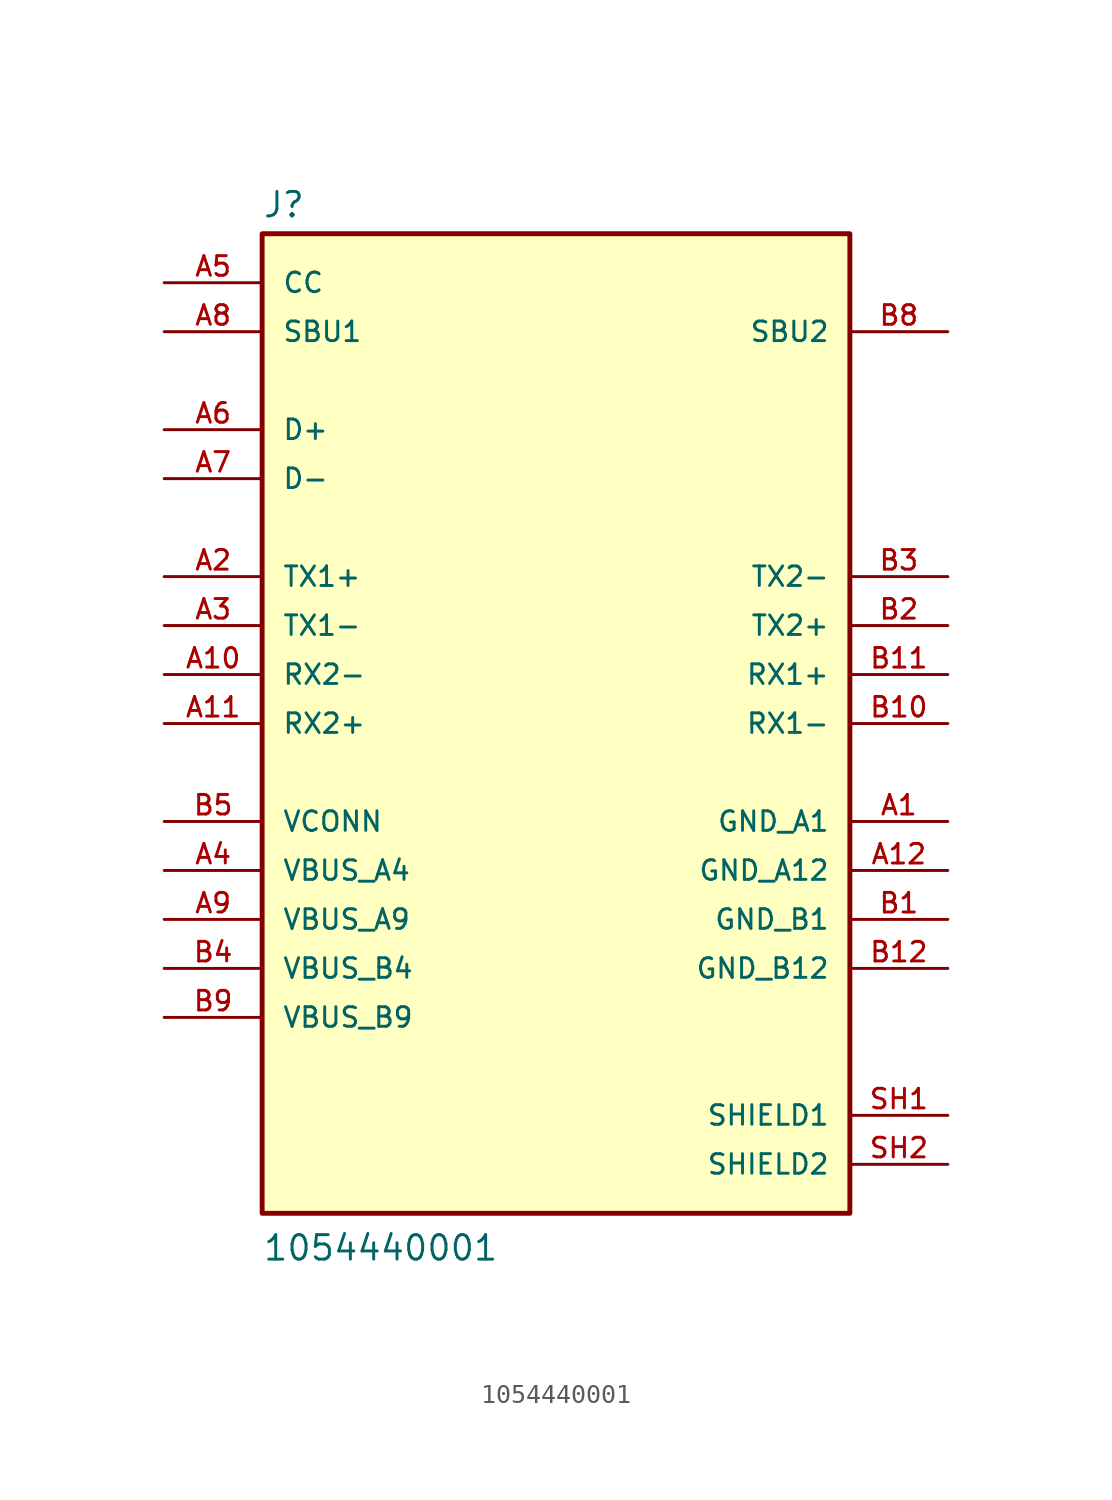
<source format=kicad_sym>
(kicad_symbol_lib
  (version 20231120)
  (generator "kicad_symbol_editor")
  (generator_version "8.0")
  (symbol "1054440001"
    (pin_names
      (offset 1.016))
    (property "Reference" "J"
      (at -15.24 26.162 0)
      (effects (font (size 1.27 1.27)) (justify left bottom)))
    (property "Value" "1054440001"
      (at -15.24 -27.94 0)
      (effects (font (size 1.27 1.27)) (justify left bottom)))
    (symbol "1054440001_0_0"
      (rectangle (start -15.24 -25.4) (end 15.24 25.4) (stroke (width 0.254) (type default)) (fill (type background)))
      (pin bidirectional line (at -20.32 2.54 0) (length 5.08) (name "RX2-" (effects (font (size 1.016 1.016)))) (number "A10" (effects (font (size 1.016 1.016)))))
      (pin bidirectional line (at -20.32 0 0) (length 5.08) (name "RX2+" (effects (font (size 1.016 1.016)))) (number "A11" (effects (font (size 1.016 1.016)))))
      (pin bidirectional line (at -20.32 7.62 0) (length 5.08) (name "TX1+" (effects (font (size 1.016 1.016)))) (number "A2" (effects (font (size 1.016 1.016)))))
      (pin bidirectional line (at -20.32 5.08 0) (length 5.08) (name "TX1-" (effects (font (size 1.016 1.016)))) (number "A3" (effects (font (size 1.016 1.016)))))
      (pin bidirectional line (at -20.32 22.86 0) (length 5.08) (name "CC" (effects (font (size 1.016 1.016)))) (number "A5" (effects (font (size 1.016 1.016)))))
      (pin bidirectional line (at -20.32 15.24 0) (length 5.08) (name "D+" (effects (font (size 1.016 1.016)))) (number "A6" (effects (font (size 1.016 1.016)))))
      (pin bidirectional line (at -20.32 12.7 0) (length 5.08) (name "D-" (effects (font (size 1.016 1.016)))) (number "A7" (effects (font (size 1.016 1.016)))))
      (pin bidirectional line (at -20.32 20.32 0) (length 5.08) (name "SBU1" (effects (font (size 1.016 1.016)))) (number "A8" (effects (font (size 1.016 1.016)))))
      (pin bidirectional line (at 20.32 0 180) (length 5.08) (name "RX1-" (effects (font (size 1.016 1.016)))) (number "B10" (effects (font (size 1.016 1.016)))))
      (pin bidirectional line (at 20.32 2.54 180) (length 5.08) (name "RX1+" (effects (font (size 1.016 1.016)))) (number "B11" (effects (font (size 1.016 1.016)))))
      (pin bidirectional line (at 20.32 5.08 180) (length 5.08) (name "TX2+" (effects (font (size 1.016 1.016)))) (number "B2" (effects (font (size 1.016 1.016)))))
      (pin bidirectional line (at 20.32 7.62 180) (length 5.08) (name "TX2-" (effects (font (size 1.016 1.016)))) (number "B3" (effects (font (size 1.016 1.016)))))
      (pin bidirectional line (at 20.32 20.32 180) (length 5.08) (name "SBU2" (effects (font (size 1.016 1.016)))) (number "B8" (effects (font (size 1.016 1.016)))))
      (pin passive line (at 20.32 -20.32 180) (length 5.08) (name "SHIELD1" (effects (font (size 1.016 1.016)))) (number "SH1" (effects (font (size 1.016 1.016)))))
      (pin passive line (at 20.32 -22.86 180) (length 5.08) (name "SHIELD2" (effects (font (size 1.016 1.016)))) (number "SH2" (effects (font (size 1.016 1.016))))))
    (symbol "1054440001_1_0"
      (pin power_in line (at 20.32 -5.08 180) (length 5.08) (name "GND_A1" (effects (font (size 1.016 1.016)))) (number "A1" (effects (font (size 1.016 1.016)))))
      (pin power_in line (at 20.32 -7.62 180) (length 5.08) (name "GND_A12" (effects (font (size 1.016 1.016)))) (number "A12" (effects (font (size 1.016 1.016)))))
      (pin power_in line (at -20.32 -7.62 0) (length 5.08) (name "VBUS_A4" (effects (font (size 1.016 1.016)))) (number "A4" (effects (font (size 1.016 1.016)))))
      (pin power_in line (at -20.32 -10.16 0) (length 5.08) (name "VBUS_A9" (effects (font (size 1.016 1.016)))) (number "A9" (effects (font (size 1.016 1.016)))))
      (pin power_in line (at 20.32 -10.16 180) (length 5.08) (name "GND_B1" (effects (font (size 1.016 1.016)))) (number "B1" (effects (font (size 1.016 1.016)))))
      (pin power_in line (at 20.32 -12.7 180) (length 5.08) (name "GND_B12" (effects (font (size 1.016 1.016)))) (number "B12" (effects (font (size 1.016 1.016)))))
      (pin power_in line (at -20.32 -12.7 0) (length 5.08) (name "VBUS_B4" (effects (font (size 1.016 1.016)))) (number "B4" (effects (font (size 1.016 1.016)))))
      (pin bidirectional line (at -20.32 -5.08 0) (length 5.08) (name "VCONN" (effects (font (size 1.016 1.016)))) (number "B5" (effects (font (size 1.016 1.016)))))
      (pin power_out line (at -20.32 -15.24 0) (length 5.08) (name "VBUS_B9" (effects (font (size 1.016 1.016)))) (number "B9" (effects (font (size 1.016 1.016))))))))
</source>
